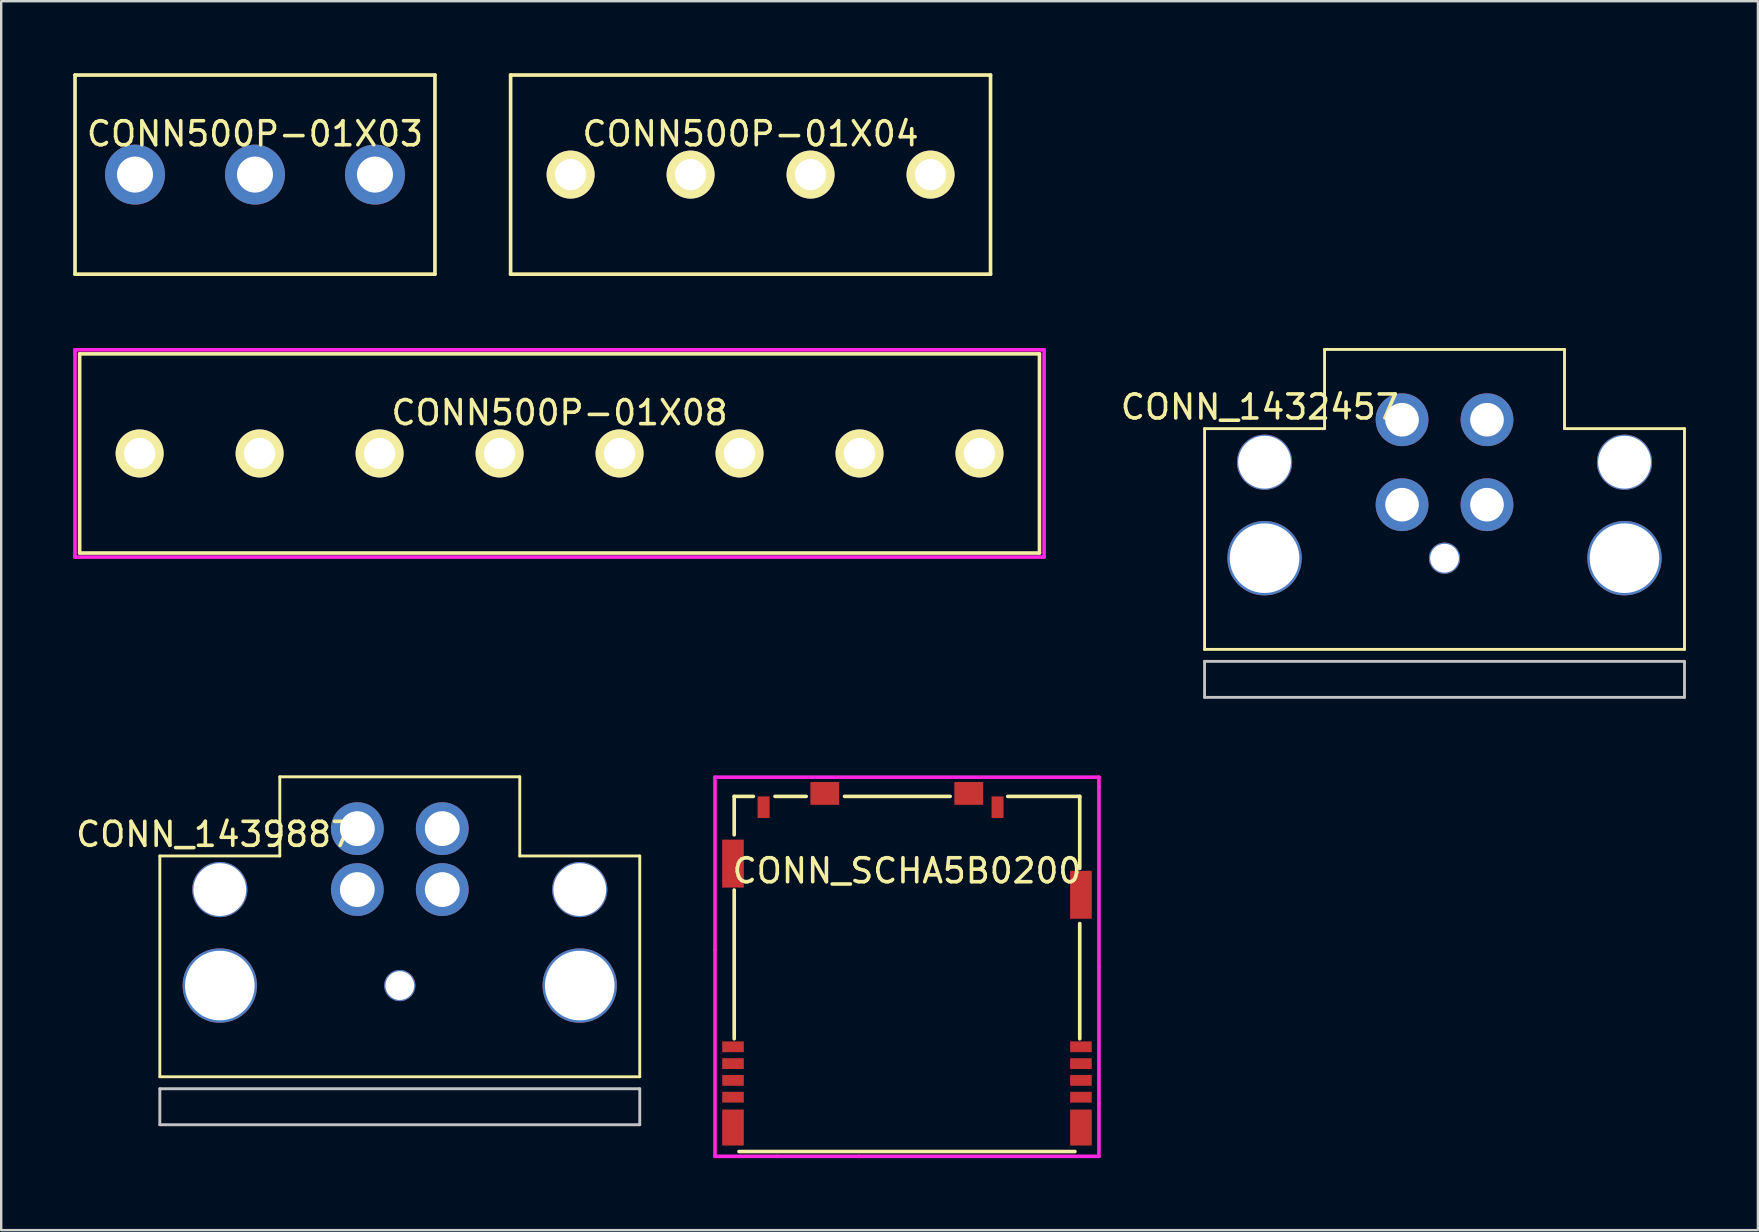
<source format=kicad_pcb>
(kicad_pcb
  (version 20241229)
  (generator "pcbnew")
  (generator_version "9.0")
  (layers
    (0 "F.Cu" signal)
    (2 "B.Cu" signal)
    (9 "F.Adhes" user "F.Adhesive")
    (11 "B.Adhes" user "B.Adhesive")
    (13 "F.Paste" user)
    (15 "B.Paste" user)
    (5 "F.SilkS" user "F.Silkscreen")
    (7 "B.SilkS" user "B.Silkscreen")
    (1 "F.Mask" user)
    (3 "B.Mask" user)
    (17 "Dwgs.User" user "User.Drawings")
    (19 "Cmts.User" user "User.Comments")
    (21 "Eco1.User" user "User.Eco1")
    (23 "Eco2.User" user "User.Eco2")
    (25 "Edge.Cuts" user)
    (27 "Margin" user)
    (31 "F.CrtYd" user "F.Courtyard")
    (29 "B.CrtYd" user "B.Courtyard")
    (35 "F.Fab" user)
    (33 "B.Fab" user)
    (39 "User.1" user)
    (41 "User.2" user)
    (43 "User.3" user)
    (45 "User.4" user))
  (footprint "CONN500P-01X03"
    (layer "F.Cu")
    (at 7.576 4.226)
    (property "Reference" "CONN500P-01X03" (at 0 -1.7 0) (layer "F.SilkS") (effects (font (size 1 1) (thickness 0.15))))
    (attr through_hole)
    (fp_line (start -7.5 -4.15) (end -7.5 4.15) (stroke (width 0.152) (type solid)) (layer "F.SilkS"))
    (fp_line (start 7.5 -4.15) (end -7.5 -4.15) (stroke (width 0.152) (type solid)) (layer "F.SilkS"))
    (fp_line (start 7.5 -4.15) (end 7.5 4.15) (stroke (width 0.152) (type solid)) (layer "F.SilkS"))
    (fp_line (start 7.5 4.15) (end -7.5 4.15) (stroke (width 0.152) (type solid)) (layer "F.SilkS"))
    (pad "1" thru_hole circle (at -5 0) (size 2.5 2.5) (drill 1.5) (layers "*.Cu" "*.Mask"))
    (pad "2" thru_hole circle (at 0 0) (size 2.5 2.5) (drill 1.5) (layers "*.Cu" "*.Mask"))
    (pad "3" thru_hole circle (at 5 0) (size 2.5 2.5) (drill 1.5) (layers "*.Cu" "*.Mask")))
  (footprint "CONN_1432457"
    (layer "F.Cu")
    (at 57.149 26.012)
    (property "Reference" "CONN_1432457" (at -7.7 -12.1 0) (layer "F.SilkS") (effects (font (size 1 1) (thickness 0.15))))
    (attr through_hole)
    (fp_line (start -10 -11.2) (end -5 -11.2) (stroke (width 0.12) (type solid)) (layer "F.SilkS"))
    (fp_line (start -10 -2) (end -10 -11.2) (stroke (width 0.12) (type solid)) (layer "F.SilkS"))
    (fp_line (start -10 -2) (end 10 -2) (stroke (width 0.12) (type solid)) (layer "F.SilkS"))
    (fp_line (start -5 -14.5) (end 5 -14.5) (stroke (width 0.12) (type solid)) (layer "F.SilkS"))
    (fp_line (start -5 -11.2) (end -5 -14.5) (stroke (width 0.12) (type solid)) (layer "F.SilkS"))
    (fp_line (start 5 -11.2) (end 5 -14.5) (stroke (width 0.12) (type solid)) (layer "F.SilkS"))
    (fp_line (start 10 -11.2) (end 5 -11.2) (stroke (width 0.12) (type solid)) (layer "F.SilkS"))
    (fp_line (start 10 -2) (end 10 -11.2) (stroke (width 0.12) (type solid)) (layer "F.SilkS"))
    (fp_line (start -10 -1.5) (end -10 0) (stroke (width 0.12) (type solid)) (layer "Dwgs.User"))
    (fp_line (start -10 0) (end 10 0) (stroke (width 0.12) (type solid)) (layer "Dwgs.User"))
    (fp_line (start 10 -1.5) (end -10 -1.5) (stroke (width 0.12) (type solid)) (layer "Dwgs.User"))
    (fp_line (start 10 0) (end 10 -1.5) (stroke (width 0.12) (type solid)) (layer "Dwgs.User"))
    (pad "" np_thru_hole circle (at -7.5 -9.8) (size 2.3 2.3) (drill 2.2) (layers "*.Cu" "*.Mask"))
    (pad "" np_thru_hole circle (at -7.5 -5.8) (size 3.1 3.1) (drill 2.9) (layers "*.Cu" "*.Mask"))
    (pad "" np_thru_hole circle (at 0 -5.8) (size 1.3 1.3) (drill 1.2) (layers "*.Cu" "*.Mask"))
    (pad "" np_thru_hole circle (at 7.5 -9.8) (size 2.3 2.3) (drill 2.2) (layers "*.Cu" "*.Mask"))
    (pad "" np_thru_hole circle (at 7.5 -5.8) (size 3.1 3.1) (drill 2.9) (layers "*.Cu" "*.Mask"))
    (pad "1" thru_hole circle (at -1.77 -11.57) (size 2.2 2.2) (drill 1.4) (layers "*.Cu" "*.Mask"))
    (pad "2" thru_hole circle (at 1.77 -11.57) (size 2.2 2.2) (drill 1.4) (layers "*.Cu" "*.Mask"))
    (pad "3" thru_hole circle (at 1.77 -8.03) (size 2.2 2.2) (drill 1.4) (layers "*.Cu" "*.Mask"))
    (pad "4" thru_hole circle (at -1.77 -8.03) (size 2.2 2.2) (drill 1.4) (layers "*.Cu" "*.Mask")))
  (footprint "CONN_SCHA5B0200"
    (layer "F.Cu")
    (at 34.747 30.339)
    (property "Reference" "CONN_SCHA5B0200" (at 0 2.9 0) (layer "F.SilkS") (effects (font (size 1 1) (thickness 0.15))))
    (attr through_hole)
    (fp_line (start -7.2 -0.2) (end -7.2 1.4) (stroke (width 0.152) (type solid)) (layer "F.SilkS"))
    (fp_line (start -7.2 9.9) (end -7.2 3.7) (stroke (width 0.152) (type solid)) (layer "F.SilkS"))
    (fp_line (start -7 14.6) (end 7 14.6) (stroke (width 0.152) (type solid)) (layer "F.SilkS"))
    (fp_line (start -6.4 -0.2) (end -7.2 -0.2) (stroke (width 0.152) (type solid)) (layer "F.SilkS"))
    (fp_line (start -4.2 -0.2) (end -5.5 -0.2) (stroke (width 0.152) (type solid)) (layer "F.SilkS"))
    (fp_line (start 1.8 -0.2) (end -2.6 -0.2) (stroke (width 0.152) (type solid)) (layer "F.SilkS"))
    (fp_line (start 7.2 -0.2) (end 4.2 -0.2) (stroke (width 0.152) (type solid)) (layer "F.SilkS"))
    (fp_line (start 7.2 2.8) (end 7.2 -0.2) (stroke (width 0.152) (type solid)) (layer "F.SilkS"))
    (fp_line (start 7.2 9.9) (end 7.2 5.1) (stroke (width 0.152) (type solid)) (layer "F.SilkS"))
    (fp_line (start -8 -1) (end -8 6.2) (stroke (width 0.152) (type solid)) (layer "F.CrtYd"))
    (fp_line (start -8 6.2) (end -8 14.8) (stroke (width 0.152) (type solid)) (layer "F.CrtYd"))
    (fp_line (start -8 14.8) (end -5.4 14.8) (stroke (width 0.152) (type solid)) (layer "F.CrtYd"))
    (fp_line (start -5.4 14.8) (end -2 14.8) (stroke (width 0.152) (type solid)) (layer "F.CrtYd"))
    (fp_line (start -2 14.8) (end 8 14.8) (stroke (width 0.152) (type solid)) (layer "F.CrtYd"))
    (fp_line (start 8 -1) (end -8 -1) (stroke (width 0.152) (type solid)) (layer "F.CrtYd"))
    (fp_line (start 8 -0.6) (end 8 -1) (stroke (width 0.152) (type solid)) (layer "F.CrtYd"))
    (fp_line (start 8 6.9) (end 8 -0.6) (stroke (width 0.152) (type solid)) (layer "F.CrtYd"))
    (fp_line (start 8 12.6) (end 8 6.9) (stroke (width 0.152) (type solid)) (layer "F.CrtYd"))
    (fp_line (start 8 14.8) (end 8 12.6) (stroke (width 0.152) (type solid)) (layer "F.CrtYd"))
    (pad "1" smd rect (at 7.25 10.235) (size 0.9 0.45) (layers "F.Cu" "F.Mask" "F.Paste"))
    (pad "2" smd rect (at 7.25 10.935) (size 0.9 0.45) (layers "F.Cu" "F.Mask" "F.Paste"))
    (pad "3" smd rect (at 7.25 11.635) (size 0.9 0.45) (layers "F.Cu" "F.Mask" "F.Paste"))
    (pad "4" smd rect (at 7.25 12.335) (size 0.9 0.45) (layers "F.Cu" "F.Mask" "F.Paste"))
    (pad "5" smd rect (at -7.25 12.335) (size 0.9 0.45) (layers "F.Cu" "F.Mask" "F.Paste"))
    (pad "6" smd rect (at -7.25 11.635) (size 0.9 0.45) (layers "F.Cu" "F.Mask" "F.Paste"))
    (pad "7" smd rect (at -7.25 10.935) (size 0.9 0.45) (layers "F.Cu" "F.Mask" "F.Paste"))
    (pad "8" smd rect (at -7.25 10.235) (size 0.9 0.45) (layers "F.Cu" "F.Mask" "F.Paste"))
    (pad "SHLD" smd rect (at -7.25 2.6) (size 0.9 2) (layers "F.Cu" "F.Mask" "F.Paste"))
    (pad "SHLD" smd rect (at -7.25 13.6) (size 0.9 1.5) (layers "F.Cu" "F.Mask" "F.Paste"))
    (pad "SHLD" smd rect (at -5.975 0.25) (size 0.5 0.9) (layers "F.Cu" "F.Mask" "F.Paste"))
    (pad "SHLD" smd rect (at -3.425 -0.325) (size 1.2 0.95) (layers "F.Cu" "F.Mask" "F.Paste"))
    (pad "SHLD" smd rect (at 2.575 -0.325) (size 1.2 0.95) (layers "F.Cu" "F.Mask" "F.Paste"))
    (pad "SHLD" smd rect (at 3.775 0.25) (size 0.5 0.9) (layers "F.Cu" "F.Mask" "F.Paste"))
    (pad "SHLD" smd rect (at 7.25 3.9) (size 0.9 2) (layers "F.Cu" "F.Mask" "F.Paste"))
    (pad "SHLD" smd rect (at 7.25 13.6) (size 0.9 1.5) (layers "F.Cu" "F.Mask" "F.Paste")))
  (footprint "CONN_1439887"
    (layer "F.Cu")
    (at 13.611 43.822)
    (property "Reference" "CONN_1439887" (at -7.7 -12.1 0) (layer "F.SilkS") (effects (font (size 1 1) (thickness 0.15))))
    (attr through_hole)
    (fp_line (start -10 -11.2) (end -5 -11.2) (stroke (width 0.12) (type solid)) (layer "F.SilkS"))
    (fp_line (start -10 -2) (end -10 -11.2) (stroke (width 0.12) (type solid)) (layer "F.SilkS"))
    (fp_line (start -10 -2) (end 10 -2) (stroke (width 0.12) (type solid)) (layer "F.SilkS"))
    (fp_line (start -5 -14.5) (end 5 -14.5) (stroke (width 0.12) (type solid)) (layer "F.SilkS"))
    (fp_line (start -5 -11.2) (end -5 -14.5) (stroke (width 0.12) (type solid)) (layer "F.SilkS"))
    (fp_line (start 5 -11.2) (end 5 -14.5) (stroke (width 0.12) (type solid)) (layer "F.SilkS"))
    (fp_line (start 10 -11.2) (end 5 -11.2) (stroke (width 0.12) (type solid)) (layer "F.SilkS"))
    (fp_line (start 10 -2) (end 10 -11.2) (stroke (width 0.12) (type solid)) (layer "F.SilkS"))
    (fp_line (start -10 -1.5) (end -10 0) (stroke (width 0.12) (type solid)) (layer "Dwgs.User"))
    (fp_line (start -10 0) (end 10 0) (stroke (width 0.12) (type solid)) (layer "Dwgs.User"))
    (fp_line (start 10 -1.5) (end -10 -1.5) (stroke (width 0.12) (type solid)) (layer "Dwgs.User"))
    (fp_line (start 10 0) (end 10 -1.5) (stroke (width 0.12) (type solid)) (layer "Dwgs.User"))
    (pad "" np_thru_hole circle (at -7.5 -9.8) (size 2.3 2.3) (drill 2.2) (layers "*.Cu" "*.Mask"))
    (pad "" np_thru_hole circle (at -7.5 -5.8) (size 3.1 3.1) (drill 2.9) (layers "*.Cu" "*.Mask"))
    (pad "" np_thru_hole circle (at 0 -5.8) (size 1.3 1.3) (drill 1.2) (layers "*.Cu" "*.Mask"))
    (pad "" np_thru_hole circle (at 7.5 -9.8) (size 2.3 2.3) (drill 2.2) (layers "*.Cu" "*.Mask"))
    (pad "" np_thru_hole circle (at 7.5 -5.8) (size 3.1 3.1) (drill 2.9) (layers "*.Cu" "*.Mask"))
    (pad "1" thru_hole circle (at -1.77 -12.34) (size 2.2 2.2) (drill 1.45) (layers "*.Cu" "*.Mask"))
    (pad "2" thru_hole circle (at 1.77 -12.34) (size 2.2 2.2) (drill 1.45) (layers "*.Cu" "*.Mask"))
    (pad "3" thru_hole circle (at 1.77 -9.8) (size 2.2 2.2) (drill 1.45) (layers "*.Cu" "*.Mask"))
    (pad "4" thru_hole circle (at -1.77 -9.8) (size 2.2 2.2) (drill 1.45) (layers "*.Cu" "*.Mask")))
  (footprint "CONN500P-01X04"
    (layer "F.Cu")
    (at 28.229 4.226)
    (property "Reference" "CONN500P-01X04" (at 0 -1.7 0) (layer "F.SilkS") (effects (font (size 1 1) (thickness 0.15))))
    (attr through_hole)
    (fp_line (start -10 -4.15) (end -10 4.15) (stroke (width 0.152) (type solid)) (layer "F.SilkS"))
    (fp_line (start 10 -4.15) (end -10 -4.15) (stroke (width 0.152) (type solid)) (layer "F.SilkS"))
    (fp_line (start 10 -4.15) (end 10 4.15) (stroke (width 0.152) (type solid)) (layer "F.SilkS"))
    (fp_line (start 10 4.15) (end -10 4.15) (stroke (width 0.152) (type solid)) (layer "F.SilkS"))
    (pad "1" thru_hole circle (at -7.5 0) (size 2 2) (drill 1.3) (layers "*.Cu" "*.Mask" "F.SilkS"))
    (pad "2" thru_hole circle (at -2.5 0) (size 2 2) (drill 1.3) (layers "*.Cu" "*.Mask" "F.SilkS"))
    (pad "3" thru_hole circle (at 2.5 0) (size 2 2) (drill 1.3) (layers "*.Cu" "*.Mask" "F.SilkS"))
    (pad "4" thru_hole circle (at 7.5 0) (size 2 2) (drill 1.3) (layers "*.Cu" "*.Mask" "F.SilkS")))
  (footprint "CONN500P-01X08"
    (layer "F.Cu")
    (at 20.269 15.847)
    (property "Reference" "CONN500P-01X08" (at 0 -1.7 0) (layer "F.SilkS") (effects (font (size 1 1) (thickness 0.15))))
    (attr through_hole)
    (fp_line (start -20 -4.15) (end -20 4.15) (stroke (width 0.152) (type solid)) (layer "F.SilkS"))
    (fp_line (start 20 -4.15) (end -20 -4.15) (stroke (width 0.152) (type solid)) (layer "F.SilkS"))
    (fp_line (start 20 -4.15) (end 20 4.15) (stroke (width 0.152) (type solid)) (layer "F.SilkS"))
    (fp_line (start 20 4.15) (end -20 4.15) (stroke (width 0.152) (type solid)) (layer "F.SilkS"))
    (fp_line (start -20.193 -4.318) (end -20.193 4.318) (stroke (width 0.152) (type solid)) (layer "F.CrtYd"))
    (fp_line (start -20.193 4.318) (end 20.193 4.318) (stroke (width 0.152) (type solid)) (layer "F.CrtYd"))
    (fp_line (start 20.193 -4.318) (end -20.193 -4.318) (stroke (width 0.152) (type solid)) (layer "F.CrtYd"))
    (fp_line (start 20.193 4.318) (end 20.193 -4.318) (stroke (width 0.152) (type solid)) (layer "F.CrtYd"))
    (pad "1" thru_hole circle (at -17.5 0) (size 2 2) (drill 1.3) (layers "*.Cu" "*.Mask" "F.SilkS"))
    (pad "2" thru_hole circle (at -12.5 0) (size 2 2) (drill 1.3) (layers "*.Cu" "*.Mask" "F.SilkS"))
    (pad "3" thru_hole circle (at -7.5 0) (size 2 2) (drill 1.3) (layers "*.Cu" "*.Mask" "F.SilkS"))
    (pad "4" thru_hole circle (at -2.5 0) (size 2 2) (drill 1.3) (layers "*.Cu" "*.Mask" "F.SilkS"))
    (pad "5" thru_hole circle (at 2.5 0) (size 2 2) (drill 1.3) (layers "*.Cu" "*.Mask" "F.SilkS"))
    (pad "6" thru_hole circle (at 7.5 0) (size 2 2) (drill 1.3) (layers "*.Cu" "*.Mask" "F.SilkS"))
    (pad "7" thru_hole circle (at 12.5 0) (size 2 2) (drill 1.3) (layers "*.Cu" "*.Mask" "F.SilkS"))
    (pad "8" thru_hole circle (at 17.5 0) (size 2 2) (drill 1.3) (layers "*.Cu" "*.Mask" "F.SilkS")))
  (gr_rect
    (start -3 -3)
    (end 70.209 48.215)
    (stroke (width 0.1) (type default))
    (fill no)
    (layer "Edge.Cuts")))
</source>
